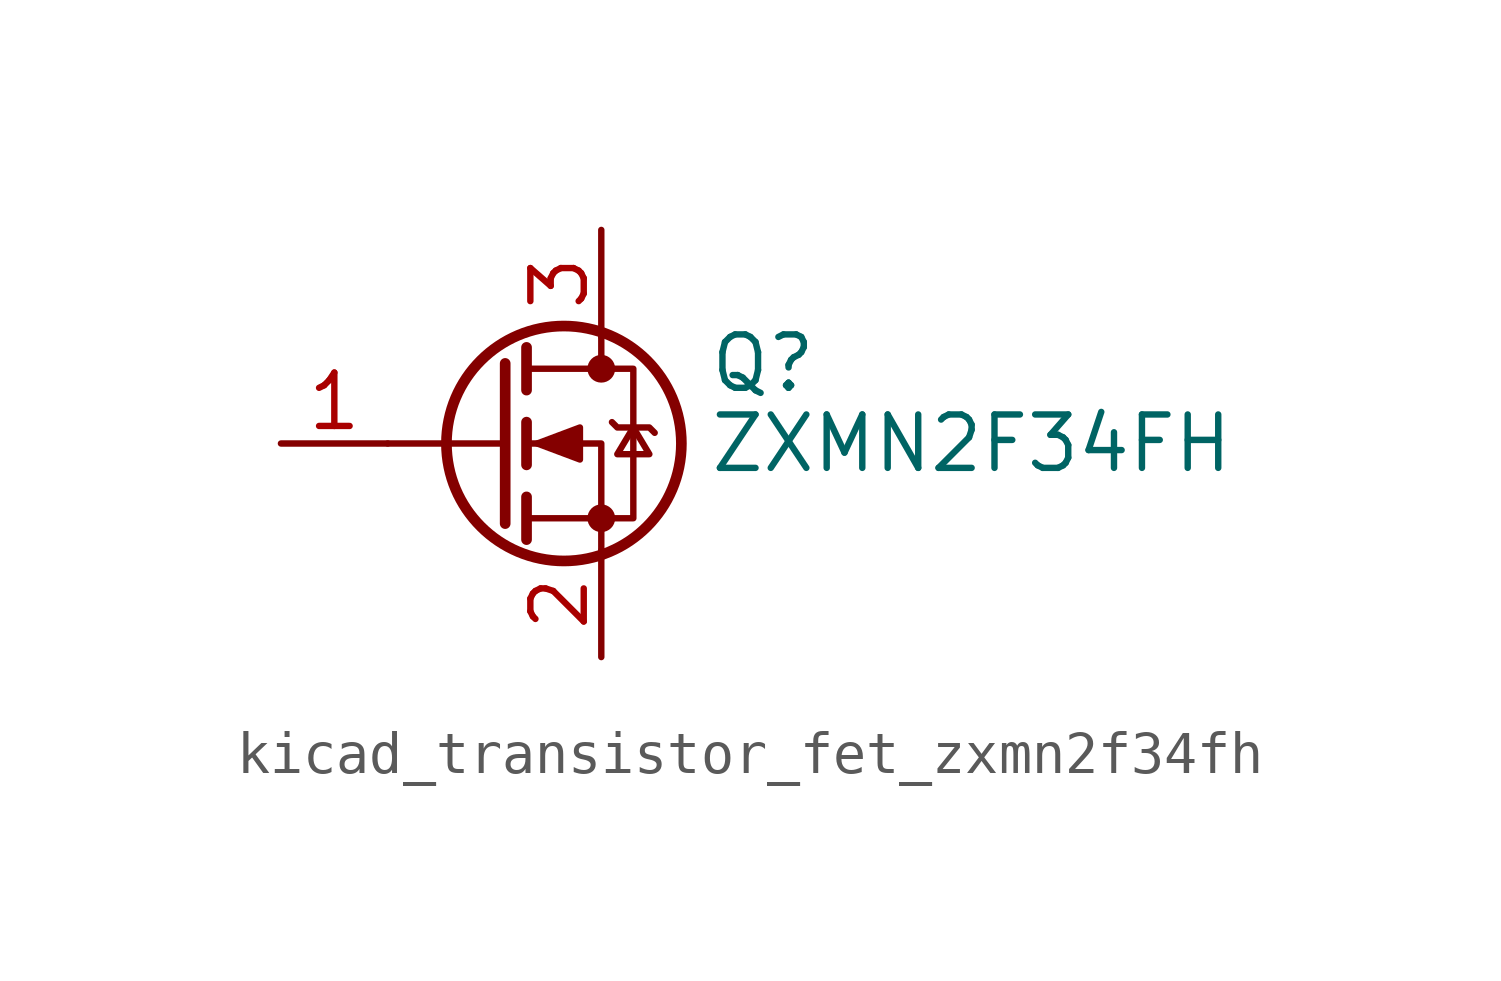
<source format=kicad_sym>
(kicad_symbol_lib
  (version 20220914)
  (generator kicad_symbol_editor)
  (symbol "kicad_transistor_fet_zxmn2f34fh"
    (pin_names hide)
    (property "Reference" "Q"
      (at 5.08 1.905 0)
      (effects (font (size 1.27 1.27)) (justify left)))
    (property "Value" "ZXMN2F34FH"
      (at 5.08 0 0)
      (effects (font (size 1.27 1.27)) (justify left)))
    (symbol "kicad_transistor_fet_zxmn2f34fh_0_1"
      (polyline (pts (xy 0.254 0) (xy -2.54 0)) (stroke (width 0) (type default)) (fill (type none)))
      (polyline (pts (xy 0.254 1.905) (xy 0.254 -1.905)) (stroke (width 0.254) (type default)) (fill (type none)))
      (polyline (pts (xy 0.762 -1.27) (xy 0.762 -2.286)) (stroke (width 0.254) (type default)) (fill (type none)))
      (polyline (pts (xy 0.762 0.508) (xy 0.762 -0.508)) (stroke (width 0.254) (type default)) (fill (type none)))
      (polyline (pts (xy 0.762 2.286) (xy 0.762 1.27)) (stroke (width 0.254) (type default)) (fill (type none)))
      (polyline (pts (xy 2.54 2.54) (xy 2.54 1.778)) (stroke (width 0) (type default)) (fill (type none)))
      (polyline (pts (xy 2.54 -2.54) (xy 2.54 0) (xy 0.762 0)) (stroke (width 0) (type default)) (fill (type none)))
      (polyline (pts (xy 0.762 -1.778) (xy 3.302 -1.778) (xy 3.302 1.778) (xy 0.762 1.778)) (stroke (width 0) (type default)) (fill (type none)))
      (polyline (pts (xy 1.016 0) (xy 2.032 0.381) (xy 2.032 -0.381) (xy 1.016 0)) (stroke (width 0) (type default)) (fill (type outline)))
      (polyline (pts (xy 2.794 0.508) (xy 2.921 0.381) (xy 3.683 0.381) (xy 3.81 0.254)) (stroke (width 0) (type default)) (fill (type none)))
      (polyline (pts (xy 3.302 0.381) (xy 2.921 -0.254) (xy 3.683 -0.254) (xy 3.302 0.381)) (stroke (width 0) (type default)) (fill (type none)))
      (circle (center 1.651 0) (radius 2.794) (stroke (width 0.254) (type default)) (fill (type none)))
      (circle (center 2.54 -1.778) (radius 0.254) (stroke (width 0) (type default)) (fill (type outline)))
      (circle (center 2.54 1.778) (radius 0.254) (stroke (width 0) (type default)) (fill (type outline))))
    (symbol "kicad_transistor_fet_zxmn2f34fh_1_1"
      (pin input line (at -5.08 0 0) (length 2.54) (name "G" (effects (font (size 1.27 1.27)))) (number "1" (effects (font (size 1.27 1.27)))))
      (pin passive line (at 2.54 -5.08 90) (length 2.54) (name "S" (effects (font (size 1.27 1.27)))) (number "2" (effects (font (size 1.27 1.27)))))
      (pin passive line (at 2.54 5.08 270) (length 2.54) (name "D" (effects (font (size 1.27 1.27)))) (number "3" (effects (font (size 1.27 1.27))))))))
</source>
